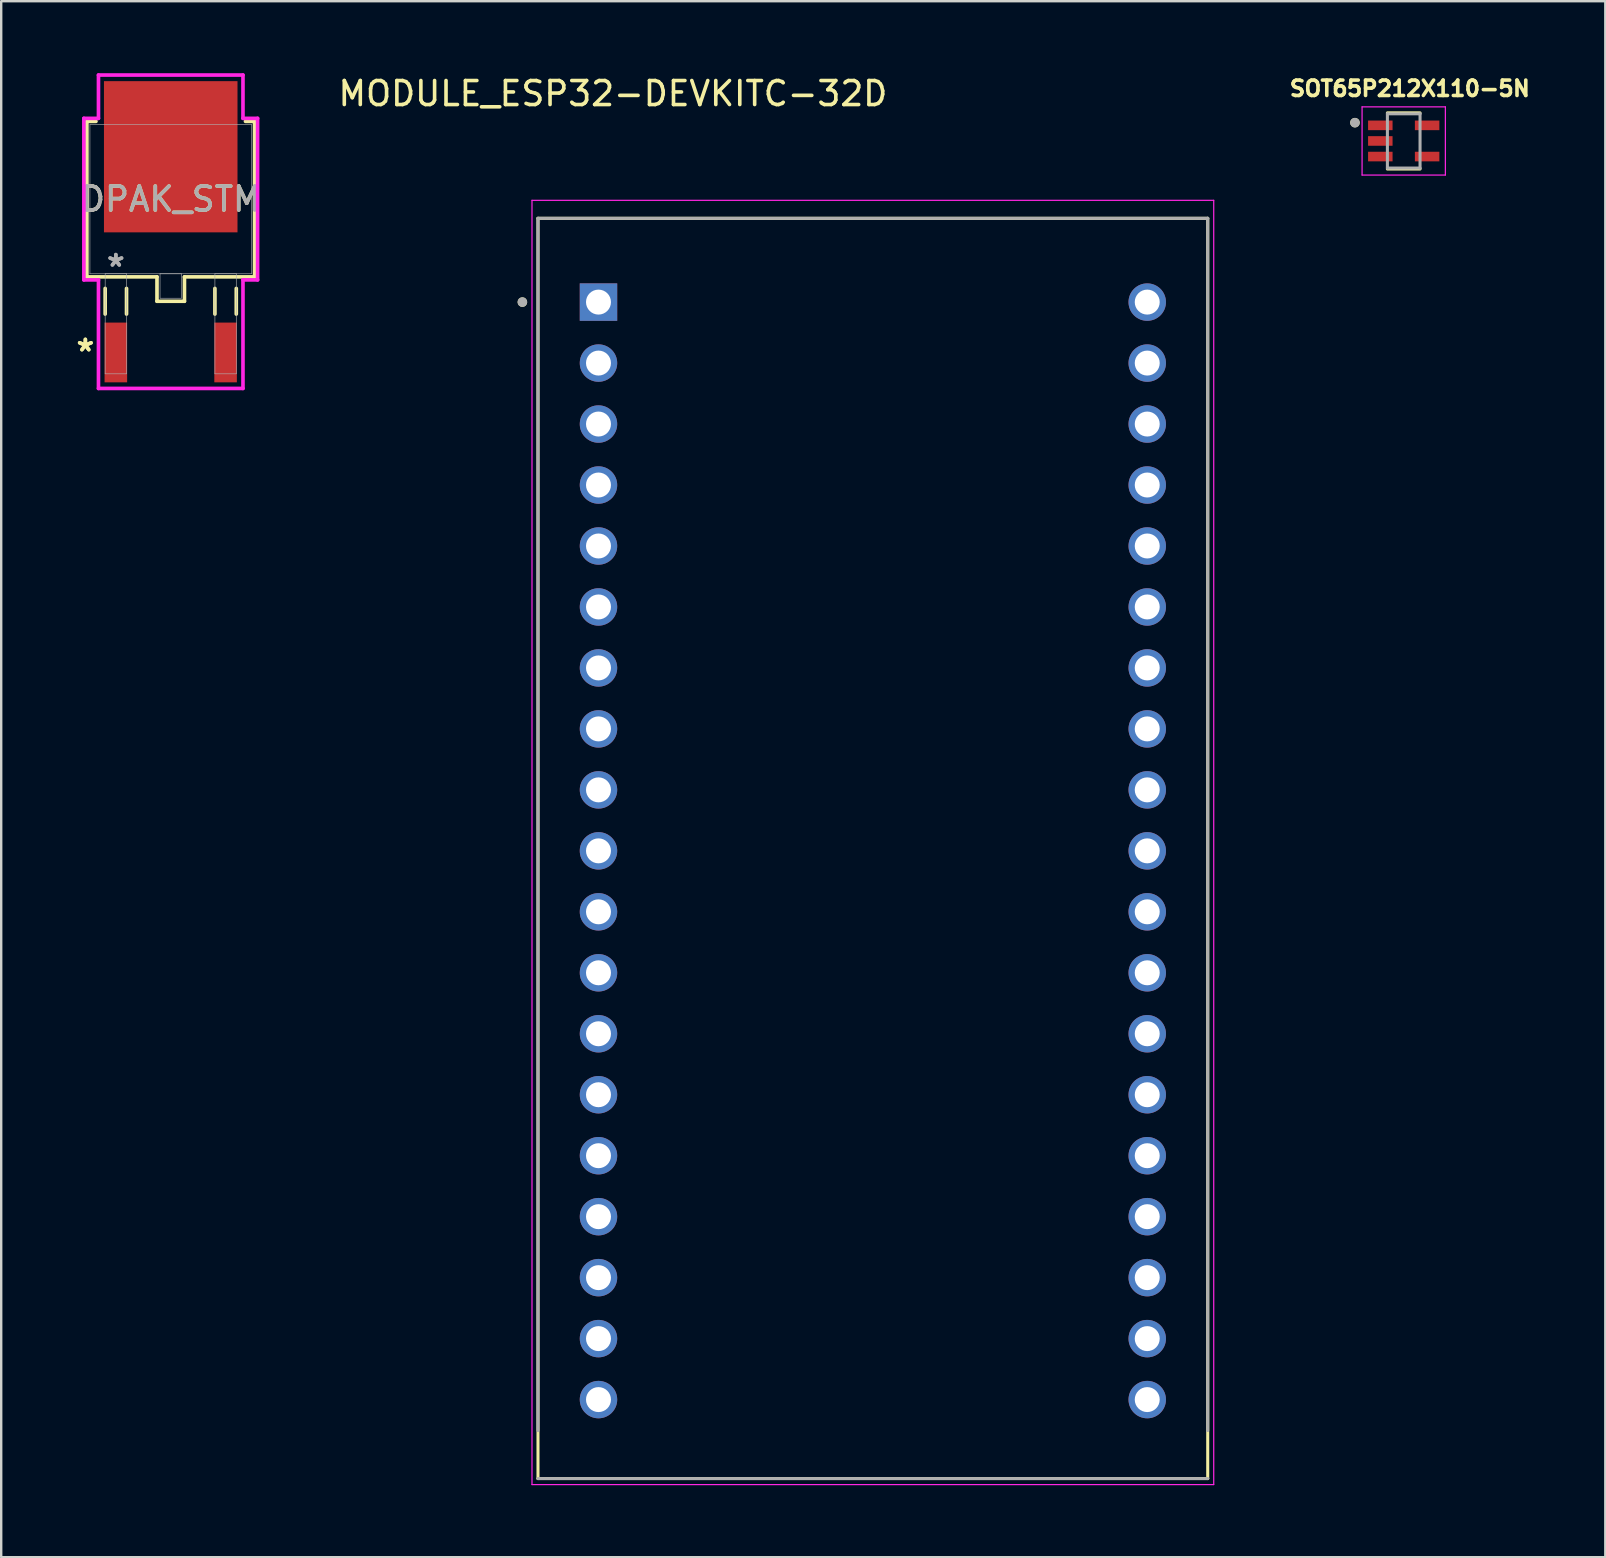
<source format=kicad_pcb>
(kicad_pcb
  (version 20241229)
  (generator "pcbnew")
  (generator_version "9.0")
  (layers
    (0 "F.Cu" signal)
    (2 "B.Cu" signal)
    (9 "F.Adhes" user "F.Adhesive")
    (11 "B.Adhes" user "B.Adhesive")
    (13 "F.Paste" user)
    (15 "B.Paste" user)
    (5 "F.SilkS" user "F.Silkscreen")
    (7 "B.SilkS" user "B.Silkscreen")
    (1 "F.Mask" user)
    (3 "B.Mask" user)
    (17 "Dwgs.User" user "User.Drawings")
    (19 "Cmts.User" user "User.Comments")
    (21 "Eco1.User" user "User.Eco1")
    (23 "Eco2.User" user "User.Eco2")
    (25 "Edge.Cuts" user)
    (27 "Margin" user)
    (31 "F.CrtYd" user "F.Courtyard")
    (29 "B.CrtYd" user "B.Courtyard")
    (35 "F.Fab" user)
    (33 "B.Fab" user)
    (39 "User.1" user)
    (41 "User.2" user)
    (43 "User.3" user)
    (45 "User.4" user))
  (footprint "SOT65P212X110-5N"
    (layer "F.Cu")
    (at 55.427 2.822)
    (property "Reference" "SOT65P212X110-5N" (at 0.254 -2.184 0) (layer "F.SilkS") (effects (font (size 0.64 0.64) (thickness 0.15))))
    (attr smd)
    (fp_line (start -0.68 -1.17) (end 0.68 -1.17) (stroke (width 0.127) (type solid)) (layer "F.SilkS"))
    (fp_line (start -0.68 1.17) (end 0.68 1.17) (stroke (width 0.127) (type solid)) (layer "F.SilkS"))
    (fp_circle (center -2.032 -0.762) (end -1.932 -0.762) (stroke (width 0.2) (type solid)) (fill no) (layer "F.SilkS"))
    (fp_line (start -1.735 -1.42) (end 1.735 -1.42) (stroke (width 0.05) (type solid)) (layer "F.CrtYd"))
    (fp_line (start -1.735 1.42) (end -1.735 -1.42) (stroke (width 0.05) (type solid)) (layer "F.CrtYd"))
    (fp_line (start 1.735 -1.42) (end 1.735 1.42) (stroke (width 0.05) (type solid)) (layer "F.CrtYd"))
    (fp_line (start 1.735 1.42) (end -1.735 1.42) (stroke (width 0.05) (type solid)) (layer "F.CrtYd"))
    (fp_line (start -0.68 -1.13) (end -0.68 1.13) (stroke (width 0.127) (type solid)) (layer "F.Fab"))
    (fp_line (start -0.68 1.13) (end 0.68 1.13) (stroke (width 0.127) (type solid)) (layer "F.Fab"))
    (fp_line (start 0.68 -1.13) (end -0.68 -1.13) (stroke (width 0.127) (type solid)) (layer "F.Fab"))
    (fp_line (start 0.68 1.13) (end 0.68 -1.13) (stroke (width 0.127) (type solid)) (layer "F.Fab"))
    (fp_circle (center -2.032 -0.762) (end -1.932 -0.762) (stroke (width 0.2) (type solid)) (fill no) (layer "F.Fab"))
    (pad "1" smd rect (at -0.975 -0.65) (size 1.02 0.4) (layers "F.Cu" "F.Mask" "F.Paste"))
    (pad "2" smd rect (at -0.975 0) (size 1.02 0.4) (layers "F.Cu" "F.Mask" "F.Paste"))
    (pad "3" smd rect (at -0.975 0.65) (size 1.02 0.4) (layers "F.Cu" "F.Mask" "F.Paste"))
    (pad "4" smd rect (at 0.975 0.65) (size 1.02 0.4) (layers "F.Cu" "F.Mask" "F.Paste"))
    (pad "5" smd rect (at 0.975 -0.65) (size 1.02 0.4) (layers "F.Cu" "F.Mask" "F.Paste")))
  (footprint "DPAK_STM"
    (layer "F.Cu")
    (at 4.062 5.245)
    (property "Reference" "DPAK_STM" (at 0 0 0) (unlocked yes) (layer "F.SilkS") (effects (font (size 1 1) (thickness 0.15))))
    (attr smd)
    (fp_line (start -3.493 -3.239) (end -3.493 3.239) (stroke (width 0.152) (type solid)) (layer "F.SilkS"))
    (fp_line (start -3.493 3.239) (end -0.572 3.239) (stroke (width 0.152) (type solid)) (layer "F.SilkS"))
    (fp_line (start -3.114 -3.239) (end -3.493 -3.239) (stroke (width 0.152) (type solid)) (layer "F.SilkS"))
    (fp_line (start -2.731 3.721) (end -2.731 4.788) (stroke (width 0.152) (type solid)) (layer "F.SilkS"))
    (fp_line (start -1.841 3.721) (end -1.841 4.788) (stroke (width 0.152) (type solid)) (layer "F.SilkS"))
    (fp_line (start -0.572 3.239) (end -0.572 4.255) (stroke (width 0.152) (type solid)) (layer "F.SilkS"))
    (fp_line (start -0.572 4.255) (end 0.572 4.255) (stroke (width 0.152) (type solid)) (layer "F.SilkS"))
    (fp_line (start 0.572 3.239) (end 3.493 3.239) (stroke (width 0.152) (type solid)) (layer "F.SilkS"))
    (fp_line (start 0.572 4.255) (end 0.572 3.239) (stroke (width 0.152) (type solid)) (layer "F.SilkS"))
    (fp_line (start 1.841 3.721) (end 1.841 4.788) (stroke (width 0.152) (type solid)) (layer "F.SilkS"))
    (fp_line (start 2.731 3.721) (end 2.731 4.788) (stroke (width 0.152) (type solid)) (layer "F.SilkS"))
    (fp_line (start 3.493 -3.239) (end 3.114 -3.239) (stroke (width 0.152) (type solid)) (layer "F.SilkS"))
    (fp_line (start 3.493 3.239) (end 3.493 -3.239) (stroke (width 0.152) (type solid)) (layer "F.SilkS"))
    (fp_line (start -3.619 -3.365) (end -3.01 -3.365) (stroke (width 0.152) (type solid)) (layer "F.CrtYd"))
    (fp_line (start -3.619 3.365) (end -3.619 -3.365) (stroke (width 0.152) (type solid)) (layer "F.CrtYd"))
    (fp_line (start -3.01 -5.169) (end 3.01 -5.169) (stroke (width 0.152) (type solid)) (layer "F.CrtYd"))
    (fp_line (start -3.01 -3.365) (end -3.01 -5.169) (stroke (width 0.152) (type solid)) (layer "F.CrtYd"))
    (fp_line (start -3.01 3.365) (end -3.619 3.365) (stroke (width 0.152) (type solid)) (layer "F.CrtYd"))
    (fp_line (start -3.01 7.887) (end -3.01 3.365) (stroke (width 0.152) (type solid)) (layer "F.CrtYd"))
    (fp_line (start 3.01 -5.169) (end 3.01 -3.365) (stroke (width 0.152) (type solid)) (layer "F.CrtYd"))
    (fp_line (start 3.01 -3.365) (end 3.619 -3.365) (stroke (width 0.152) (type solid)) (layer "F.CrtYd"))
    (fp_line (start 3.01 3.365) (end 3.01 7.887) (stroke (width 0.152) (type solid)) (layer "F.CrtYd"))
    (fp_line (start 3.01 7.887) (end -3.01 7.887) (stroke (width 0.152) (type solid)) (layer "F.CrtYd"))
    (fp_line (start 3.619 -3.365) (end 3.619 3.365) (stroke (width 0.152) (type solid)) (layer "F.CrtYd"))
    (fp_line (start 3.619 3.365) (end 3.01 3.365) (stroke (width 0.152) (type solid)) (layer "F.CrtYd"))
    (fp_line (start -3.365 -3.111) (end -3.365 3.111) (stroke (width 0.025) (type solid)) (layer "F.Fab"))
    (fp_line (start -3.365 3.111) (end 3.365 3.111) (stroke (width 0.025) (type solid)) (layer "F.Fab"))
    (fp_line (start -2.731 3.111) (end -2.731 7.277) (stroke (width 0.025) (type solid)) (layer "F.Fab"))
    (fp_line (start -2.731 7.277) (end -1.841 7.277) (stroke (width 0.025) (type solid)) (layer "F.Fab"))
    (fp_line (start -1.841 3.111) (end -2.731 3.111) (stroke (width 0.025) (type solid)) (layer "F.Fab"))
    (fp_line (start -1.841 7.277) (end -1.841 3.111) (stroke (width 0.025) (type solid)) (layer "F.Fab"))
    (fp_line (start -0.445 3.111) (end -0.445 4.128) (stroke (width 0.025) (type solid)) (layer "F.Fab"))
    (fp_line (start -0.445 4.128) (end 0.445 4.128) (stroke (width 0.025) (type solid)) (layer "F.Fab"))
    (fp_line (start 0.445 3.111) (end -0.445 3.111) (stroke (width 0.025) (type solid)) (layer "F.Fab"))
    (fp_line (start 0.445 4.128) (end 0.445 3.111) (stroke (width 0.025) (type solid)) (layer "F.Fab"))
    (fp_line (start 1.841 3.111) (end 1.841 7.277) (stroke (width 0.025) (type solid)) (layer "F.Fab"))
    (fp_line (start 1.841 7.277) (end 2.731 7.277) (stroke (width 0.025) (type solid)) (layer "F.Fab"))
    (fp_line (start 2.731 3.111) (end 1.841 3.111) (stroke (width 0.025) (type solid)) (layer "F.Fab"))
    (fp_line (start 2.731 7.277) (end 2.731 3.111) (stroke (width 0.025) (type solid)) (layer "F.Fab"))
    (fp_line (start 3.365 -3.111) (end -3.365 -3.111) (stroke (width 0.025) (type solid)) (layer "F.Fab"))
    (fp_line (start 3.365 3.111) (end 3.365 -3.111) (stroke (width 0.025) (type solid)) (layer "F.Fab"))
    (fp_text user "*" (at -3.556 6.388 0) (layer "F.SilkS") (effects (font (size 1 1) (thickness 0.15))))
    (fp_text user "*" (at -3.556 6.388 0) (unlocked yes) (layer "F.SilkS") (effects (font (size 1 1) (thickness 0.15))))
    (fp_text user "*" (at -2.286 2.857 0) (layer "F.Fab") (effects (font (size 1 1) (thickness 0.15))))
    (fp_text user "${REFERENCE}" (at 0 0 0) (unlocked yes) (layer "F.Fab") (effects (font (size 1 1) (thickness 0.15))))
    (fp_text user "*" (at -2.286 2.857 0) (unlocked yes) (layer "F.Fab") (effects (font (size 1 1) (thickness 0.15))))
    (pad "1" smd rect (at -2.286 6.388) (size 0.94 2.489) (layers "F.Cu" "F.Mask" "F.Paste"))
    (pad "2" smd rect (at 0 -1.765) (size 5.563 6.299) (layers "F.Cu" "F.Mask" "F.Paste"))
    (pad "3" smd rect (at 2.286 6.388) (size 0.94 2.489) (layers "F.Cu" "F.Mask" "F.Paste")))
  (footprint "MODULE_ESP32-DEVKITC-32D"
    (layer "F.Cu")
    (at 33.312 29.295)
    (property "Reference" "MODULE_ESP32-DEVKITC-32D" (at -10.829 -28.446 0) (layer "F.SilkS") (effects (font (size 1 1) (thickness 0.15))))
    (attr through_hole)
    (fp_line (start -13.95 -23.25) (end 13.95 -23.25) (stroke (width 0.127) (type solid)) (layer "F.SilkS"))
    (fp_line (start -13.95 29.25) (end -13.95 -23.25) (stroke (width 0.127) (type solid)) (layer "F.SilkS"))
    (fp_line (start 13.95 -23.25) (end 13.95 29.25) (stroke (width 0.127) (type solid)) (layer "F.SilkS"))
    (fp_line (start 13.95 29.25) (end -13.95 29.25) (stroke (width 0.127) (type solid)) (layer "F.SilkS"))
    (fp_circle (center -14.6 -19.76) (end -14.5 -19.76) (stroke (width 0.2) (type solid)) (fill no) (layer "F.SilkS"))
    (fp_line (start -14.2 -24) (end 14.2 -24) (stroke (width 0.05) (type solid)) (layer "F.CrtYd"))
    (fp_line (start -14.2 29.5) (end -14.2 -24) (stroke (width 0.05) (type solid)) (layer "F.CrtYd"))
    (fp_line (start 14.2 -24) (end 14.2 29.5) (stroke (width 0.05) (type solid)) (layer "F.CrtYd"))
    (fp_line (start 14.2 29.5) (end -14.2 29.5) (stroke (width 0.05) (type solid)) (layer "F.CrtYd"))
    (fp_line (start -13.95 -23.25) (end 13.95 -23.25) (stroke (width 0.127) (type solid)) (layer "F.Fab"))
    (fp_line (start -13.95 27.25) (end -13.95 -23.25) (stroke (width 0.127) (type solid)) (layer "F.Fab"))
    (fp_line (start 13.95 -23.25) (end 13.95 27.25) (stroke (width 0.127) (type solid)) (layer "F.Fab"))
    (fp_line (start 13.95 29.25) (end -13.95 29.25) (stroke (width 0.127) (type solid)) (layer "F.Fab"))
    (fp_circle (center -14.6 -19.76) (end -14.5 -19.76) (stroke (width 0.2) (type solid)) (fill no) (layer "F.Fab"))
    (pad "J2-1" thru_hole rect (at -11.43 -19.76) (size 1.56 1.56) (drill 1.04) (layers "*.Cu" "*.Mask"))
    (pad "J2-2" thru_hole circle (at -11.43 -17.22) (size 1.56 1.56) (drill 1.04) (layers "*.Cu" "*.Mask"))
    (pad "J2-3" thru_hole circle (at -11.43 -14.68) (size 1.56 1.56) (drill 1.04) (layers "*.Cu" "*.Mask"))
    (pad "J2-4" thru_hole circle (at -11.43 -12.14) (size 1.56 1.56) (drill 1.04) (layers "*.Cu" "*.Mask"))
    (pad "J2-5" thru_hole circle (at -11.43 -9.6) (size 1.56 1.56) (drill 1.04) (layers "*.Cu" "*.Mask"))
    (pad "J2-6" thru_hole circle (at -11.43 -7.06) (size 1.56 1.56) (drill 1.04) (layers "*.Cu" "*.Mask"))
    (pad "J2-7" thru_hole circle (at -11.43 -4.52) (size 1.56 1.56) (drill 1.04) (layers "*.Cu" "*.Mask"))
    (pad "J2-8" thru_hole circle (at -11.43 -1.98) (size 1.56 1.56) (drill 1.04) (layers "*.Cu" "*.Mask"))
    (pad "J2-9" thru_hole circle (at -11.43 0.56) (size 1.56 1.56) (drill 1.04) (layers "*.Cu" "*.Mask"))
    (pad "J2-10" thru_hole circle (at -11.43 3.1) (size 1.56 1.56) (drill 1.04) (layers "*.Cu" "*.Mask"))
    (pad "J2-11" thru_hole circle (at -11.43 5.64) (size 1.56 1.56) (drill 1.04) (layers "*.Cu" "*.Mask"))
    (pad "J2-12" thru_hole circle (at -11.43 8.18) (size 1.56 1.56) (drill 1.04) (layers "*.Cu" "*.Mask"))
    (pad "J2-13" thru_hole circle (at -11.43 10.72) (size 1.56 1.56) (drill 1.04) (layers "*.Cu" "*.Mask"))
    (pad "J2-14" thru_hole circle (at -11.43 13.26) (size 1.56 1.56) (drill 1.04) (layers "*.Cu" "*.Mask"))
    (pad "J2-15" thru_hole circle (at -11.43 15.8) (size 1.56 1.56) (drill 1.04) (layers "*.Cu" "*.Mask"))
    (pad "J2-16" thru_hole circle (at -11.43 18.34) (size 1.56 1.56) (drill 1.04) (layers "*.Cu" "*.Mask"))
    (pad "J2-17" thru_hole circle (at -11.43 20.88) (size 1.56 1.56) (drill 1.04) (layers "*.Cu" "*.Mask"))
    (pad "J2-18" thru_hole circle (at -11.43 23.42) (size 1.56 1.56) (drill 1.04) (layers "*.Cu" "*.Mask"))
    (pad "J2-19" thru_hole circle (at -11.43 25.96) (size 1.56 1.56) (drill 1.04) (layers "*.Cu" "*.Mask"))
    (pad "J3-1" thru_hole circle (at 11.43 -19.76) (size 1.56 1.56) (drill 1.04) (layers "*.Cu" "*.Mask"))
    (pad "J3-2" thru_hole circle (at 11.43 -17.22) (size 1.56 1.56) (drill 1.04) (layers "*.Cu" "*.Mask"))
    (pad "J3-3" thru_hole circle (at 11.43 -14.68) (size 1.56 1.56) (drill 1.04) (layers "*.Cu" "*.Mask"))
    (pad "J3-4" thru_hole circle (at 11.43 -12.14) (size 1.56 1.56) (drill 1.04) (layers "*.Cu" "*.Mask"))
    (pad "J3-5" thru_hole circle (at 11.43 -9.6) (size 1.56 1.56) (drill 1.04) (layers "*.Cu" "*.Mask"))
    (pad "J3-6" thru_hole circle (at 11.43 -7.06) (size 1.56 1.56) (drill 1.04) (layers "*.Cu" "*.Mask"))
    (pad "J3-7" thru_hole circle (at 11.43 -4.52) (size 1.56 1.56) (drill 1.04) (layers "*.Cu" "*.Mask"))
    (pad "J3-8" thru_hole circle (at 11.43 -1.98) (size 1.56 1.56) (drill 1.04) (layers "*.Cu" "*.Mask"))
    (pad "J3-9" thru_hole circle (at 11.43 0.56) (size 1.56 1.56) (drill 1.04) (layers "*.Cu" "*.Mask"))
    (pad "J3-10" thru_hole circle (at 11.43 3.1) (size 1.56 1.56) (drill 1.04) (layers "*.Cu" "*.Mask"))
    (pad "J3-11" thru_hole circle (at 11.43 5.64) (size 1.56 1.56) (drill 1.04) (layers "*.Cu" "*.Mask"))
    (pad "J3-12" thru_hole circle (at 11.43 8.18) (size 1.56 1.56) (drill 1.04) (layers "*.Cu" "*.Mask"))
    (pad "J3-13" thru_hole circle (at 11.43 10.72) (size 1.56 1.56) (drill 1.04) (layers "*.Cu" "*.Mask"))
    (pad "J3-14" thru_hole circle (at 11.43 13.26) (size 1.56 1.56) (drill 1.04) (layers "*.Cu" "*.Mask"))
    (pad "J3-15" thru_hole circle (at 11.43 15.8) (size 1.56 1.56) (drill 1.04) (layers "*.Cu" "*.Mask"))
    (pad "J3-16" thru_hole circle (at 11.43 18.34) (size 1.56 1.56) (drill 1.04) (layers "*.Cu" "*.Mask"))
    (pad "J3-17" thru_hole circle (at 11.43 20.88) (size 1.56 1.56) (drill 1.04) (layers "*.Cu" "*.Mask"))
    (pad "J3-18" thru_hole circle (at 11.43 23.42) (size 1.56 1.56) (drill 1.04) (layers "*.Cu" "*.Mask"))
    (pad "J3-19" thru_hole circle (at 11.43 25.96) (size 1.56 1.56) (drill 1.04) (layers "*.Cu" "*.Mask")))
  (gr_rect
    (start -3 -3)
    (end 63.825 61.82)
    (stroke (width 0.1) (type default))
    (fill no)
    (layer "Edge.Cuts")))
</source>
